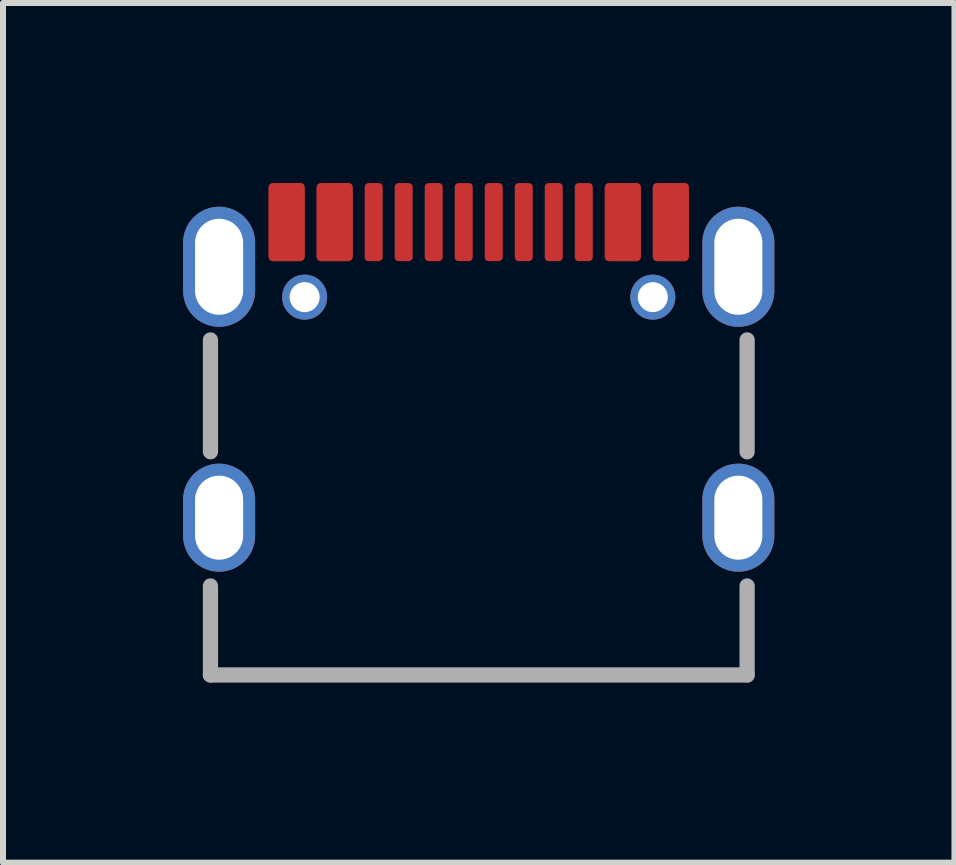
<source format=kicad_pcb>
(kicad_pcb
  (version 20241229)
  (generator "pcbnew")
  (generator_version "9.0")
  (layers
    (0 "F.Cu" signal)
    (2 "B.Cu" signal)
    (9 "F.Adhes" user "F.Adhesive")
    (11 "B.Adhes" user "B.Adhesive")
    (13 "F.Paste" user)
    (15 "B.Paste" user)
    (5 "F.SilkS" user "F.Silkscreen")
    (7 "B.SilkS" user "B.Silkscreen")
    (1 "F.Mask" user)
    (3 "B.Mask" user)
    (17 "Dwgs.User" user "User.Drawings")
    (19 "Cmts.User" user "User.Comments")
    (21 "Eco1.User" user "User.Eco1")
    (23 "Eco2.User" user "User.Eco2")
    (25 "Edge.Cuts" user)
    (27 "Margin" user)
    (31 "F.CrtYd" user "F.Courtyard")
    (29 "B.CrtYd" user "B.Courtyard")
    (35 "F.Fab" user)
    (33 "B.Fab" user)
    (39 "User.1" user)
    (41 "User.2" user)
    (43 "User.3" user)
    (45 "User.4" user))
  (footprint "USBC_Canmi_16P_SMD_F_USB-C_SMD-TYPE-C-31-M-12"
    (layer "F.Cu")
    (at 4.925 3.1)
    (property "Reference" "USBC_Canmi_16P_SMD_F_USB-C_SMD-TYPE-C-31-M-12" (at 0 -3.824 0) (layer "User.8") (effects (font (size 1 1) (thickness 0.15))))
    (fp_poly (pts (xy -4.34 1.575) (xy -4.37 1.576) (xy -4.399 1.579) (xy -4.429 1.583) (xy -4.458 1.589) (xy -4.487 1.597) (xy -4.516 1.605) (xy -4.545 1.615) (xy -4.572 1.627) (xy -4.599 1.64) (xy -4.625 1.655) (xy -4.651 1.67) (xy -4.676 1.687) (xy -4.699 1.705) (xy -4.722 1.724) (xy -4.744 1.744) (xy -4.765 1.766) (xy -4.785 1.788) (xy -4.803 1.812) (xy -4.821 1.836) (xy -4.837 1.861) (xy -4.852 1.887) (xy -4.865 1.914) (xy -4.878 1.941) (xy -4.889 1.969) (xy -4.899 1.998) (xy -4.907 2.026) (xy -4.913 2.055) (xy -4.918 2.084) (xy -4.922 2.115) (xy -4.925 2.144) (xy -4.925 2.174) (xy -4.925 2.774) (xy -4.925 2.804) (xy -4.922 2.834) (xy -4.918 2.864) (xy -4.913 2.893) (xy -4.907 2.922) (xy -4.899 2.951) (xy -4.889 2.979) (xy -4.878 3.007) (xy -4.865 3.034) (xy -4.852 3.061) (xy -4.837 3.087) (xy -4.821 3.112) (xy -4.803 3.136) (xy -4.785 3.16) (xy -4.765 3.182) (xy -4.744 3.204) (xy -4.722 3.224) (xy -4.699 3.243) (xy -4.676 3.261) (xy -4.651 3.278) (xy -4.625 3.293) (xy -4.599 3.308) (xy -4.572 3.321) (xy -4.545 3.333) (xy -4.516 3.343) (xy -4.487 3.352) (xy -4.458 3.359) (xy -4.429 3.365) (xy -4.399 3.369) (xy -4.37 3.373) (xy -4.34 3.374) (xy -4.31 3.374) (xy -4.28 3.373) (xy -4.25 3.369) (xy -4.221 3.365) (xy -4.191 3.359) (xy -4.162 3.352) (xy -4.134 3.343) (xy -4.106 3.333) (xy -4.079 3.321) (xy -4.051 3.308) (xy -4.025 3.293) (xy -3.999 3.278) (xy -3.975 3.261) (xy -3.951 3.243) (xy -3.928 3.224) (xy -3.906 3.204) (xy -3.885 3.182) (xy -3.865 3.16) (xy -3.847 3.136) (xy -3.829 3.112) (xy -3.813 3.087) (xy -3.798 3.061) (xy -3.784 3.034) (xy -3.772 3.007) (xy -3.761 2.979) (xy -3.752 2.951) (xy -3.744 2.922) (xy -3.737 2.893) (xy -3.732 2.864) (xy -3.728 2.834) (xy -3.726 2.804) (xy -3.725 2.774) (xy -3.725 2.174) (xy -3.726 2.144) (xy -3.728 2.115) (xy -3.732 2.084) (xy -3.737 2.055) (xy -3.744 2.026) (xy -3.752 1.998) (xy -3.761 1.969) (xy -3.772 1.941) (xy -3.784 1.914) (xy -3.798 1.887) (xy -3.813 1.861) (xy -3.829 1.836) (xy -3.847 1.812) (xy -3.865 1.788) (xy -3.885 1.766) (xy -3.906 1.744) (xy -3.928 1.724) (xy -3.951 1.705) (xy -3.975 1.687) (xy -3.999 1.67) (xy -4.025 1.655) (xy -4.051 1.64) (xy -4.079 1.627) (xy -4.106 1.615) (xy -4.134 1.605) (xy -4.162 1.597) (xy -4.191 1.589) (xy -4.221 1.583) (xy -4.25 1.579) (xy -4.28 1.576) (xy -4.31 1.575)) (stroke (width 0) (type default)) (fill yes) (layer "F.Paste"))
    (fp_poly (pts (xy -4.28 -2.704) (xy -4.31 -2.705) (xy -4.34 -2.705) (xy -4.37 -2.704) (xy -4.399 -2.701) (xy -4.429 -2.696) (xy -4.458 -2.691) (xy -4.487 -2.683) (xy -4.516 -2.675) (xy -4.545 -2.664) (xy -4.572 -2.652) (xy -4.599 -2.639) (xy -4.625 -2.626) (xy -4.651 -2.61) (xy -4.676 -2.593) (xy -4.699 -2.575) (xy -4.722 -2.555) (xy -4.744 -2.535) (xy -4.765 -2.514) (xy -4.785 -2.491) (xy -4.803 -2.468) (xy -4.821 -2.444) (xy -4.837 -2.418) (xy -4.852 -2.393) (xy -4.865 -2.366) (xy -4.878 -2.339) (xy -4.889 -2.311) (xy -4.899 -2.283) (xy -4.907 -2.254) (xy -4.913 -2.224) (xy -4.918 -2.195) (xy -4.922 -2.166) (xy -4.925 -2.135) (xy -4.925 -2.106) (xy -4.925 -1.306) (xy -4.925 -1.276) (xy -4.922 -1.246) (xy -4.918 -1.216) (xy -4.913 -1.187) (xy -4.907 -1.157) (xy -4.899 -1.129) (xy -4.889 -1.101) (xy -4.878 -1.073) (xy -4.865 -1.046) (xy -4.852 -1.019) (xy -4.837 -0.993) (xy -4.821 -0.968) (xy -4.803 -0.944) (xy -4.785 -0.92) (xy -4.765 -0.897) (xy -4.744 -0.876) (xy -4.722 -0.856) (xy -4.699 -0.837) (xy -4.676 -0.819) (xy -4.651 -0.802) (xy -4.625 -0.786) (xy -4.599 -0.772) (xy -4.572 -0.759) (xy -4.545 -0.748) (xy -4.516 -0.737) (xy -4.487 -0.728) (xy -4.458 -0.721) (xy -4.429 -0.715) (xy -4.399 -0.711) (xy -4.37 -0.708) (xy -4.34 -0.706) (xy -4.31 -0.706) (xy -4.28 -0.708) (xy -4.25 -0.711) (xy -4.221 -0.715) (xy -4.191 -0.721) (xy -4.162 -0.728) (xy -4.134 -0.737) (xy -4.106 -0.748) (xy -4.079 -0.759) (xy -4.051 -0.772) (xy -4.025 -0.786) (xy -3.999 -0.802) (xy -3.975 -0.819) (xy -3.951 -0.837) (xy -3.928 -0.856) (xy -3.906 -0.876) (xy -3.885 -0.897) (xy -3.865 -0.92) (xy -3.847 -0.944) (xy -3.829 -0.968) (xy -3.813 -0.993) (xy -3.798 -1.019) (xy -3.784 -1.046) (xy -3.772 -1.073) (xy -3.761 -1.101) (xy -3.752 -1.129) (xy -3.744 -1.157) (xy -3.737 -1.187) (xy -3.732 -1.216) (xy -3.728 -1.246) (xy -3.726 -1.276) (xy -3.725 -1.306) (xy -3.725 -2.106) (xy -3.726 -2.135) (xy -3.728 -2.166) (xy -3.732 -2.195) (xy -3.737 -2.224) (xy -3.744 -2.254) (xy -3.752 -2.283) (xy -3.761 -2.311) (xy -3.772 -2.339) (xy -3.784 -2.366) (xy -3.798 -2.393) (xy -3.813 -2.418) (xy -3.829 -2.444) (xy -3.847 -2.468) (xy -3.865 -2.491) (xy -3.885 -2.514) (xy -3.906 -2.535) (xy -3.928 -2.555) (xy -3.951 -2.575) (xy -3.975 -2.593) (xy -3.999 -2.61) (xy -4.025 -2.626) (xy -4.051 -2.639) (xy -4.079 -2.652) (xy -4.106 -2.664) (xy -4.134 -2.675) (xy -4.162 -2.683) (xy -4.191 -2.691) (xy -4.221 -2.696) (xy -4.25 -2.701)) (stroke (width 0) (type default)) (fill yes) (layer "F.Paste"))
    (fp_poly (pts (xy 4.37 -2.704) (xy 4.34 -2.705) (xy 4.31 -2.705) (xy 4.28 -2.704) (xy 4.25 -2.701) (xy 4.221 -2.696) (xy 4.191 -2.691) (xy 4.162 -2.683) (xy 4.134 -2.675) (xy 4.106 -2.664) (xy 4.079 -2.652) (xy 4.051 -2.639) (xy 4.025 -2.626) (xy 3.999 -2.61) (xy 3.975 -2.593) (xy 3.951 -2.575) (xy 3.928 -2.555) (xy 3.906 -2.535) (xy 3.885 -2.514) (xy 3.865 -2.491) (xy 3.847 -2.468) (xy 3.829 -2.444) (xy 3.813 -2.418) (xy 3.798 -2.393) (xy 3.784 -2.366) (xy 3.772 -2.339) (xy 3.761 -2.311) (xy 3.752 -2.283) (xy 3.744 -2.254) (xy 3.737 -2.224) (xy 3.732 -2.195) (xy 3.728 -2.166) (xy 3.726 -2.135) (xy 3.725 -2.106) (xy 3.725 -1.306) (xy 3.726 -1.276) (xy 3.728 -1.246) (xy 3.732 -1.216) (xy 3.737 -1.187) (xy 3.744 -1.157) (xy 3.752 -1.129) (xy 3.761 -1.101) (xy 3.772 -1.073) (xy 3.784 -1.046) (xy 3.798 -1.019) (xy 3.813 -0.993) (xy 3.829 -0.968) (xy 3.847 -0.944) (xy 3.865 -0.92) (xy 3.885 -0.897) (xy 3.906 -0.876) (xy 3.928 -0.856) (xy 3.951 -0.837) (xy 3.975 -0.819) (xy 3.999 -0.802) (xy 4.025 -0.786) (xy 4.051 -0.772) (xy 4.079 -0.759) (xy 4.106 -0.748) (xy 4.134 -0.737) (xy 4.162 -0.728) (xy 4.191 -0.721) (xy 4.221 -0.715) (xy 4.25 -0.711) (xy 4.28 -0.708) (xy 4.31 -0.706) (xy 4.34 -0.706) (xy 4.37 -0.708) (xy 4.399 -0.711) (xy 4.429 -0.715) (xy 4.458 -0.721) (xy 4.487 -0.728) (xy 4.516 -0.737) (xy 4.545 -0.748) (xy 4.572 -0.759) (xy 4.599 -0.772) (xy 4.625 -0.786) (xy 4.651 -0.802) (xy 4.676 -0.819) (xy 4.699 -0.837) (xy 4.722 -0.856) (xy 4.744 -0.876) (xy 4.765 -0.897) (xy 4.785 -0.92) (xy 4.803 -0.944) (xy 4.821 -0.968) (xy 4.837 -0.993) (xy 4.852 -1.019) (xy 4.865 -1.046) (xy 4.878 -1.073) (xy 4.889 -1.101) (xy 4.899 -1.129) (xy 4.907 -1.157) (xy 4.913 -1.187) (xy 4.918 -1.216) (xy 4.922 -1.246) (xy 4.925 -1.276) (xy 4.925 -1.306) (xy 4.925 -2.106) (xy 4.925 -2.135) (xy 4.922 -2.166) (xy 4.918 -2.195) (xy 4.913 -2.224) (xy 4.907 -2.254) (xy 4.899 -2.283) (xy 4.889 -2.311) (xy 4.878 -2.339) (xy 4.865 -2.366) (xy 4.852 -2.393) (xy 4.837 -2.418) (xy 4.821 -2.444) (xy 4.803 -2.468) (xy 4.785 -2.491) (xy 4.765 -2.514) (xy 4.744 -2.535) (xy 4.722 -2.555) (xy 4.699 -2.575) (xy 4.676 -2.593) (xy 4.651 -2.61) (xy 4.625 -2.626) (xy 4.599 -2.639) (xy 4.572 -2.652) (xy 4.545 -2.664) (xy 4.516 -2.675) (xy 4.487 -2.683) (xy 4.458 -2.691) (xy 4.429 -2.696) (xy 4.399 -2.701)) (stroke (width 0) (type default)) (fill yes) (layer "F.Paste"))
    (fp_poly (pts (xy 4.37 1.576) (xy 4.34 1.575) (xy 4.31 1.575) (xy 4.28 1.576) (xy 4.25 1.579) (xy 4.221 1.583) (xy 4.191 1.589) (xy 4.162 1.597) (xy 4.134 1.605) (xy 4.106 1.615) (xy 4.079 1.627) (xy 4.051 1.64) (xy 4.025 1.655) (xy 3.999 1.67) (xy 3.975 1.687) (xy 3.951 1.705) (xy 3.928 1.724) (xy 3.906 1.744) (xy 3.885 1.766) (xy 3.865 1.788) (xy 3.847 1.812) (xy 3.829 1.836) (xy 3.813 1.861) (xy 3.798 1.887) (xy 3.784 1.914) (xy 3.772 1.941) (xy 3.761 1.969) (xy 3.752 1.998) (xy 3.744 2.026) (xy 3.737 2.055) (xy 3.732 2.084) (xy 3.728 2.115) (xy 3.726 2.144) (xy 3.725 2.174) (xy 3.725 2.774) (xy 3.726 2.804) (xy 3.728 2.834) (xy 3.732 2.864) (xy 3.737 2.893) (xy 3.744 2.922) (xy 3.752 2.951) (xy 3.761 2.979) (xy 3.772 3.007) (xy 3.784 3.034) (xy 3.798 3.061) (xy 3.813 3.087) (xy 3.829 3.112) (xy 3.847 3.136) (xy 3.865 3.16) (xy 3.885 3.182) (xy 3.906 3.204) (xy 3.928 3.224) (xy 3.951 3.243) (xy 3.975 3.261) (xy 3.999 3.278) (xy 4.025 3.293) (xy 4.051 3.308) (xy 4.079 3.321) (xy 4.106 3.333) (xy 4.134 3.343) (xy 4.162 3.352) (xy 4.191 3.359) (xy 4.221 3.365) (xy 4.25 3.369) (xy 4.28 3.373) (xy 4.31 3.374) (xy 4.34 3.374) (xy 4.37 3.373) (xy 4.399 3.369) (xy 4.429 3.365) (xy 4.458 3.359) (xy 4.487 3.352) (xy 4.516 3.343) (xy 4.545 3.333) (xy 4.572 3.321) (xy 4.599 3.308) (xy 4.625 3.293) (xy 4.651 3.278) (xy 4.676 3.261) (xy 4.699 3.243) (xy 4.722 3.224) (xy 4.744 3.204) (xy 4.765 3.182) (xy 4.785 3.16) (xy 4.803 3.136) (xy 4.821 3.112) (xy 4.837 3.087) (xy 4.852 3.061) (xy 4.865 3.034) (xy 4.878 3.007) (xy 4.889 2.979) (xy 4.899 2.951) (xy 4.907 2.922) (xy 4.913 2.893) (xy 4.918 2.864) (xy 4.922 2.834) (xy 4.925 2.804) (xy 4.925 2.774) (xy 4.925 2.174) (xy 4.925 2.144) (xy 4.922 2.115) (xy 4.918 2.084) (xy 4.913 2.055) (xy 4.907 2.026) (xy 4.899 1.998) (xy 4.889 1.969) (xy 4.878 1.941) (xy 4.865 1.914) (xy 4.852 1.887) (xy 4.837 1.861) (xy 4.821 1.836) (xy 4.803 1.812) (xy 4.785 1.788) (xy 4.765 1.766) (xy 4.744 1.744) (xy 4.722 1.724) (xy 4.699 1.705) (xy 4.676 1.687) (xy 4.651 1.67) (xy 4.625 1.655) (xy 4.599 1.64) (xy 4.572 1.627) (xy 4.545 1.615) (xy 4.516 1.605) (xy 4.487 1.597) (xy 4.458 1.589) (xy 4.429 1.583) (xy 4.399 1.579)) (stroke (width 0) (type default)) (fill yes) (layer "F.Paste"))
    (fp_line (start -4.469 1.375) (end -4.469 -0.487) (stroke (width 0.254) (type default)) (layer "F.Fab"))
    (fp_line (start -4.469 5.094) (end -4.469 3.612) (stroke (width 0.254) (type default)) (layer "F.Fab"))
    (fp_line (start 4.471 1.376) (end 4.471 -0.487) (stroke (width 0.254) (type default)) (layer "F.Fab"))
    (fp_line (start 4.471 5.094) (end -4.469 5.094) (stroke (width 0.254) (type default)) (layer "F.Fab"))
    (fp_line (start 4.471 5.094) (end 4.471 3.612) (stroke (width 0.254) (type default)) (layer "F.Fab"))
    (fp_poly (pts (xy -4.475 -2.256) (xy -4.175 -2.256) (xy -4.175 -1.156) (xy -4.475 -1.156)) (stroke (width 0.1) (type default)) (fill no) (layer "User.1"))
    (fp_poly (pts (xy -4.475 2.074) (xy -4.175 2.074) (xy -4.175 2.874) (xy -4.475 2.874)) (stroke (width 0.1) (type default)) (fill no) (layer "User.1"))
    (fp_poly (pts (xy -3.41 -2.756) (xy -3.21 -2.756) (xy -3.21 -2.056) (xy -3.41 -2.056)) (stroke (width 0.1) (type default)) (fill no) (layer "User.1"))
    (fp_poly (pts (xy -3.21 -2.756) (xy -3.01 -2.756) (xy -3.01 -2.056) (xy -3.21 -2.056)) (stroke (width 0.1) (type default)) (fill no) (layer "User.1"))
    (fp_poly (pts (xy -2.61 -2.756) (xy -2.41 -2.756) (xy -2.41 -2.056) (xy -2.61 -2.056)) (stroke (width 0.1) (type default)) (fill no) (layer "User.1"))
    (fp_poly (pts (xy -2.41 -2.756) (xy -2.21 -2.756) (xy -2.21 -2.056) (xy -2.41 -2.056)) (stroke (width 0.1) (type default)) (fill no) (layer "User.1"))
    (fp_poly (pts (xy -1.85 -2.756) (xy -1.65 -2.756) (xy -1.65 -2.056) (xy -1.85 -2.056)) (stroke (width 0.1) (type default)) (fill no) (layer "User.1"))
    (fp_poly (pts (xy -1.35 -2.756) (xy -1.15 -2.756) (xy -1.15 -2.056) (xy -1.35 -2.056)) (stroke (width 0.1) (type default)) (fill no) (layer "User.1"))
    (fp_poly (pts (xy -0.85 -2.756) (xy -0.65 -2.756) (xy -0.65 -2.056) (xy -0.85 -2.056)) (stroke (width 0.1) (type default)) (fill no) (layer "User.1"))
    (fp_poly (pts (xy -0.35 -2.756) (xy -0.15 -2.756) (xy -0.15 -2.056) (xy -0.35 -2.056)) (stroke (width 0.1) (type default)) (fill no) (layer "User.1"))
    (fp_poly (pts (xy 0.15 -2.756) (xy 0.35 -2.756) (xy 0.35 -2.056) (xy 0.15 -2.056)) (stroke (width 0.1) (type default)) (fill no) (layer "User.1"))
    (fp_poly (pts (xy 0.65 -2.756) (xy 0.85 -2.756) (xy 0.85 -2.056) (xy 0.65 -2.056)) (stroke (width 0.1) (type default)) (fill no) (layer "User.1"))
    (fp_poly (pts (xy 1.149 -2.756) (xy 1.349 -2.756) (xy 1.349 -2.056) (xy 1.149 -2.056)) (stroke (width 0.1) (type default)) (fill no) (layer "User.1"))
    (fp_poly (pts (xy 1.65 -2.756) (xy 1.85 -2.756) (xy 1.85 -2.056) (xy 1.65 -2.056)) (stroke (width 0.1) (type default)) (fill no) (layer "User.1"))
    (fp_poly (pts (xy 2.21 -2.756) (xy 2.41 -2.756) (xy 2.41 -2.056) (xy 2.21 -2.056)) (stroke (width 0.1) (type default)) (fill no) (layer "User.1"))
    (fp_poly (pts (xy 2.41 -2.756) (xy 2.61 -2.756) (xy 2.61 -2.056) (xy 2.41 -2.056)) (stroke (width 0.1) (type default)) (fill no) (layer "User.1"))
    (fp_poly (pts (xy 3.01 -2.756) (xy 3.21 -2.756) (xy 3.21 -2.056) (xy 3.01 -2.056)) (stroke (width 0.1) (type default)) (fill no) (layer "User.1"))
    (fp_poly (pts (xy 3.21 -2.756) (xy 3.41 -2.756) (xy 3.41 -2.056) (xy 3.21 -2.056)) (stroke (width 0.1) (type default)) (fill no) (layer "User.1"))
    (fp_poly (pts (xy 4.175 -2.256) (xy 4.475 -2.256) (xy 4.475 -1.156) (xy 4.175 -1.156)) (stroke (width 0.1) (type default)) (fill no) (layer "User.1"))
    (fp_poly (pts (xy 4.175 2.074) (xy 4.475 2.074) (xy 4.475 2.874) (xy 4.175 2.874)) (stroke (width 0.1) (type default)) (fill no) (layer "User.1"))
    (fp_line (start -4.47 -2.256) (end 4.47 -2.256) (stroke (width 0.051) (type default)) (layer "User.2"))
    (fp_line (start -4.47 5.094) (end -4.47 -2.256) (stroke (width 0.051) (type default)) (layer "User.2"))
    (fp_line (start 4.47 -2.256) (end 4.47 5.094) (stroke (width 0.051) (type default)) (layer "User.2"))
    (fp_line (start 4.47 5.094) (end -4.47 5.094) (stroke (width 0.051) (type default)) (layer "User.2"))
    (fp_poly (pts (xy -4.415 -2.756) (xy -4.433 -2.798) (xy -4.475 -2.816) (xy -4.517 -2.798) (xy -4.535 -2.756) (xy -4.517 -2.714) (xy -4.475 -2.696) (xy -4.433 -2.714)) (stroke (width 0.1) (type default)) (fill no) (layer "User.3"))
    (pad "A1" smd roundrect (at -3.2 -2.45) (size 0.6 1.3) (layers "F.Cu" "F.Mask" "F.Paste") (roundrect_rratio 0.12))
    (pad "A4" thru_hole circle (at -2.9 -1.2) (size 0.75 0.75) (drill 0.5) (layers "*.Cu" "*.Mask"))
    (pad "A4" smd roundrect (at -2.4 -2.45) (size 0.6 1.3) (layers "F.Cu" "F.Mask" "F.Paste") (roundrect_rratio 0.12))
    (pad "A5" smd roundrect (at -1.25 -2.45) (size 0.3 1.3) (layers "F.Cu" "F.Mask" "F.Paste") (roundrect_rratio 0.21))
    (pad "A6" smd roundrect (at -0.25 -2.45) (size 0.3 1.3) (layers "F.Cu" "F.Mask" "F.Paste") (roundrect_rratio 0.21))
    (pad "A7" smd roundrect (at 0.25 -2.45) (size 0.3 1.3) (layers "F.Cu" "F.Mask" "F.Paste") (roundrect_rratio 0.21))
    (pad "A8" smd roundrect (at 1.25 -2.45) (size 0.3 1.3) (layers "F.Cu" "F.Mask" "F.Paste") (roundrect_rratio 0.21))
    (pad "A9" smd roundrect (at 2.4 -2.45) (size 0.6 1.3) (layers "F.Cu" "F.Mask" "F.Paste") (roundrect_rratio 0.12))
    (pad "A12" smd roundrect (at 3.2 -2.45) (size 0.6 1.3) (layers "F.Cu" "F.Mask" "F.Paste") (roundrect_rratio 0.12))
    (pad "B1" smd roundrect (at 3.2 -2.45) (size 0.6 1.3) (layers "F.Cu" "F.Mask" "F.Paste") (roundrect_rratio 0.12))
    (pad "B4" smd roundrect (at 2.4 -2.45) (size 0.6 1.3) (layers "F.Cu" "F.Mask" "F.Paste") (roundrect_rratio 0.12))
    (pad "B4" thru_hole circle (at 2.9 -1.2) (size 0.75 0.75) (drill 0.5) (layers "*.Cu" "*.Mask"))
    (pad "B5" smd roundrect (at 1.75 -2.45) (size 0.3 1.3) (layers "F.Cu" "F.Mask" "F.Paste") (roundrect_rratio 0.21))
    (pad "B6" smd roundrect (at 0.75 -2.45) (size 0.3 1.3) (layers "F.Cu" "F.Mask" "F.Paste") (roundrect_rratio 0.21))
    (pad "B7" smd roundrect (at -0.75 -2.45) (size 0.3 1.3) (layers "F.Cu" "F.Mask" "F.Paste") (roundrect_rratio 0.21))
    (pad "B8" smd roundrect (at -1.75 -2.45) (size 0.3 1.3) (layers "F.Cu" "F.Mask" "F.Paste") (roundrect_rratio 0.21))
    (pad "B9" smd roundrect (at -2.4 -2.45) (size 0.6 1.3) (layers "F.Cu" "F.Mask" "F.Paste") (roundrect_rratio 0.12))
    (pad "B12" smd roundrect (at -3.2 -2.45) (size 0.6 1.3) (layers "F.Cu" "F.Mask" "F.Paste") (roundrect_rratio 0.12))
    (pad "S1" thru_hole oval (at -4.325 -1.706) (size 1.2 2) (drill oval 0.8 1.6) (layers "*.Cu" "*.Mask"))
    (pad "S1" thru_hole oval (at -4.325 2.474) (size 1.2 1.8) (drill oval 0.8 1.4) (layers "*.Cu" "*.Mask"))
    (pad "S1" thru_hole oval (at 4.325 -1.706) (size 1.2 2) (drill oval 0.8 1.6) (layers "*.Cu" "*.Mask"))
    (pad "S1" thru_hole oval (at 4.325 2.474) (size 1.2 1.8) (drill oval 0.8 1.4) (layers "*.Cu" "*.Mask")))
  (gr_rect
    (start -3 -3)
    (end 12.85 11.321)
    (stroke (width 0.1) (type default))
    (fill no)
    (layer "Edge.Cuts")))
</source>
